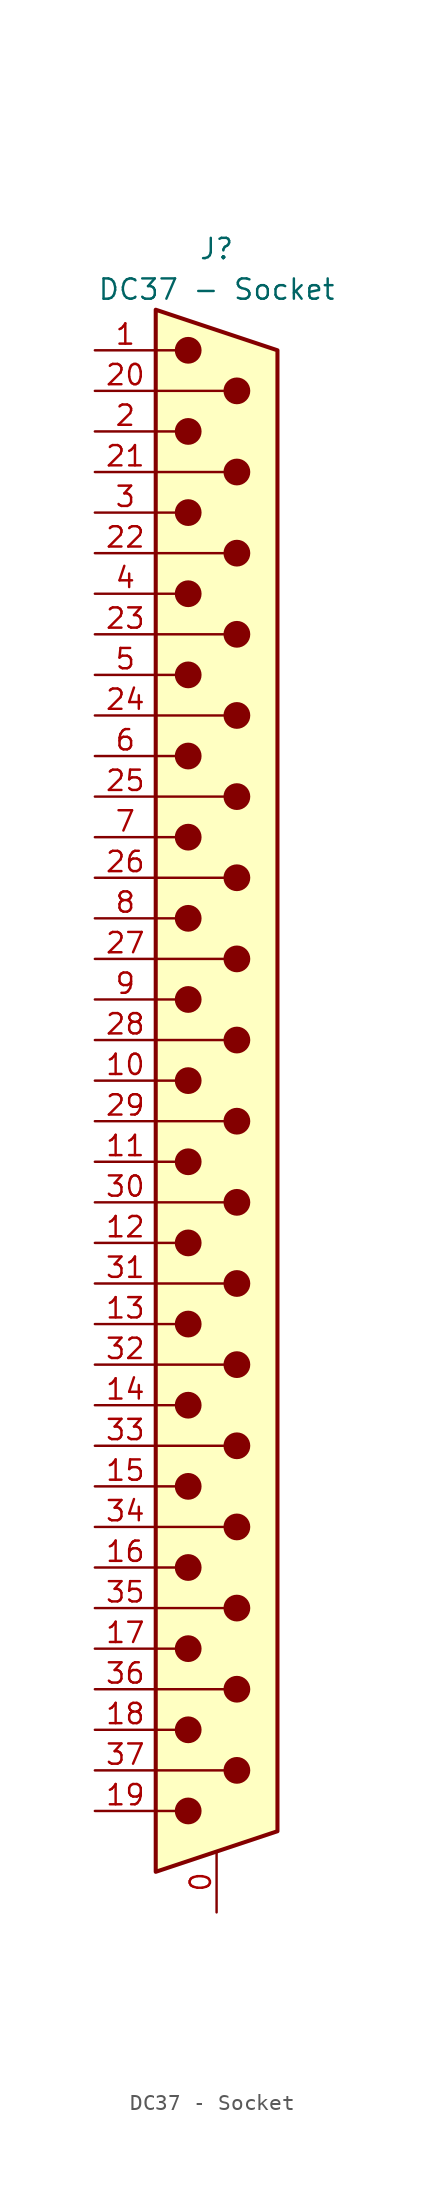
<source format=kicad_sym>
(kicad_symbol_lib
  (version 20211014)
  (generator kicad_symbol_editor)
  (symbol "DC37 - Socket"
    (pin_names
      (offset 1.016) hide)
    (property "Reference" "J"
      (at 0 54.61 0)
      (effects (font (size 1.27 1.27))))
    (property "Value" "DC37 - Socket"
      (at 0 52.07 0)
      (effects (font (size 1.27 1.27))))
    (symbol "DC37 - Socket_0_1"
      (circle (center -1.778 -43.18) (radius 0.762) (stroke (width 0) (type default) (color 0 0 0 0)) (fill (type outline)))
      (circle (center -1.778 -38.1) (radius 0.762) (stroke (width 0) (type default) (color 0 0 0 0)) (fill (type outline)))
      (circle (center -1.778 -33.02) (radius 0.762) (stroke (width 0) (type default) (color 0 0 0 0)) (fill (type outline)))
      (circle (center -1.778 -27.94) (radius 0.762) (stroke (width 0) (type default) (color 0 0 0 0)) (fill (type outline)))
      (circle (center -1.778 -22.86) (radius 0.762) (stroke (width 0) (type default) (color 0 0 0 0)) (fill (type outline)))
      (circle (center -1.778 -17.78) (radius 0.762) (stroke (width 0) (type default) (color 0 0 0 0)) (fill (type outline)))
      (circle (center -1.778 -12.7) (radius 0.762) (stroke (width 0) (type default) (color 0 0 0 0)) (fill (type outline)))
      (circle (center -1.778 -7.62) (radius 0.762) (stroke (width 0) (type default) (color 0 0 0 0)) (fill (type outline)))
      (circle (center -1.778 -2.54) (radius 0.762) (stroke (width 0) (type default) (color 0 0 0 0)) (fill (type outline)))
      (circle (center -1.778 2.54) (radius 0.762) (stroke (width 0) (type default) (color 0 0 0 0)) (fill (type outline)))
      (circle (center -1.778 7.62) (radius 0.762) (stroke (width 0) (type default) (color 0 0 0 0)) (fill (type outline)))
      (circle (center -1.778 12.7) (radius 0.762) (stroke (width 0) (type default) (color 0 0 0 0)) (fill (type outline)))
      (circle (center -1.778 17.78) (radius 0.762) (stroke (width 0) (type default) (color 0 0 0 0)) (fill (type outline)))
      (circle (center -1.778 22.86) (radius 0.762) (stroke (width 0) (type default) (color 0 0 0 0)) (fill (type outline)))
      (circle (center -1.778 27.94) (radius 0.762) (stroke (width 0) (type default) (color 0 0 0 0)) (fill (type outline)))
      (circle (center -1.778 33.02) (radius 0.762) (stroke (width 0) (type default) (color 0 0 0 0)) (fill (type outline)))
      (circle (center -1.778 38.1) (radius 0.762) (stroke (width 0) (type default) (color 0 0 0 0)) (fill (type outline)))
      (circle (center -1.778 43.18) (radius 0.762) (stroke (width 0) (type default) (color 0 0 0 0)) (fill (type outline)))
      (circle (center -1.778 48.26) (radius 0.762) (stroke (width 0) (type default) (color 0 0 0 0)) (fill (type outline)))
      (polyline (pts (xy -3.81 -43.18) (xy -1.27 -43.18)) (stroke (width 0) (type default) (color 0 0 0 0)) (fill (type none)))
      (polyline (pts (xy -3.81 -40.64) (xy 1.27 -40.64)) (stroke (width 0) (type default) (color 0 0 0 0)) (fill (type none)))
      (polyline (pts (xy -3.81 -38.1) (xy -1.27 -38.1)) (stroke (width 0) (type default) (color 0 0 0 0)) (fill (type none)))
      (polyline (pts (xy -3.81 -35.56) (xy 1.27 -35.56)) (stroke (width 0) (type default) (color 0 0 0 0)) (fill (type none)))
      (polyline (pts (xy -3.81 -33.02) (xy -1.27 -33.02)) (stroke (width 0) (type default) (color 0 0 0 0)) (fill (type none)))
      (polyline (pts (xy -3.81 -30.48) (xy 1.27 -30.48)) (stroke (width 0) (type default) (color 0 0 0 0)) (fill (type none)))
      (polyline (pts (xy -3.81 -27.94) (xy -1.27 -27.94)) (stroke (width 0) (type default) (color 0 0 0 0)) (fill (type none)))
      (polyline (pts (xy -3.81 -25.4) (xy 1.27 -25.4)) (stroke (width 0) (type default) (color 0 0 0 0)) (fill (type none)))
      (polyline (pts (xy -3.81 -22.86) (xy -1.27 -22.86)) (stroke (width 0) (type default) (color 0 0 0 0)) (fill (type none)))
      (polyline (pts (xy -3.81 -20.32) (xy 1.27 -20.32)) (stroke (width 0) (type default) (color 0 0 0 0)) (fill (type none)))
      (polyline (pts (xy -3.81 -17.78) (xy -1.27 -17.78)) (stroke (width 0) (type default) (color 0 0 0 0)) (fill (type none)))
      (polyline (pts (xy -3.81 -15.24) (xy 1.27 -15.24)) (stroke (width 0) (type default) (color 0 0 0 0)) (fill (type none)))
      (polyline (pts (xy -3.81 -12.7) (xy -1.27 -12.7)) (stroke (width 0) (type default) (color 0 0 0 0)) (fill (type none)))
      (polyline (pts (xy -3.81 -10.16) (xy 1.27 -10.16)) (stroke (width 0) (type default) (color 0 0 0 0)) (fill (type none)))
      (polyline (pts (xy -3.81 -7.62) (xy -1.27 -7.62)) (stroke (width 0) (type default) (color 0 0 0 0)) (fill (type none)))
      (polyline (pts (xy -3.81 -5.08) (xy 1.27 -5.08)) (stroke (width 0) (type default) (color 0 0 0 0)) (fill (type none)))
      (polyline (pts (xy -3.81 -2.54) (xy -1.27 -2.54)) (stroke (width 0) (type default) (color 0 0 0 0)) (fill (type none)))
      (polyline (pts (xy -3.81 0) (xy 1.27 0)) (stroke (width 0) (type default) (color 0 0 0 0)) (fill (type none)))
      (polyline (pts (xy -3.81 2.54) (xy -1.27 2.54)) (stroke (width 0) (type default) (color 0 0 0 0)) (fill (type none)))
      (polyline (pts (xy -3.81 5.08) (xy 1.27 5.08)) (stroke (width 0) (type default) (color 0 0 0 0)) (fill (type none)))
      (polyline (pts (xy -3.81 7.62) (xy -1.27 7.62)) (stroke (width 0) (type default) (color 0 0 0 0)) (fill (type none)))
      (polyline (pts (xy -3.81 10.16) (xy 1.27 10.16)) (stroke (width 0) (type default) (color 0 0 0 0)) (fill (type none)))
      (polyline (pts (xy -3.81 12.7) (xy -1.27 12.7)) (stroke (width 0) (type default) (color 0 0 0 0)) (fill (type none)))
      (polyline (pts (xy -3.81 15.24) (xy 1.27 15.24)) (stroke (width 0) (type default) (color 0 0 0 0)) (fill (type none)))
      (polyline (pts (xy -3.81 17.78) (xy -1.27 17.78)) (stroke (width 0) (type default) (color 0 0 0 0)) (fill (type none)))
      (polyline (pts (xy -3.81 20.32) (xy 1.27 20.32)) (stroke (width 0) (type default) (color 0 0 0 0)) (fill (type none)))
      (polyline (pts (xy -3.81 22.86) (xy -1.27 22.86)) (stroke (width 0) (type default) (color 0 0 0 0)) (fill (type none)))
      (polyline (pts (xy -3.81 25.4) (xy 1.27 25.4)) (stroke (width 0) (type default) (color 0 0 0 0)) (fill (type none)))
      (polyline (pts (xy -3.81 27.94) (xy -1.27 27.94)) (stroke (width 0) (type default) (color 0 0 0 0)) (fill (type none)))
      (polyline (pts (xy -3.81 30.48) (xy 1.27 30.48)) (stroke (width 0) (type default) (color 0 0 0 0)) (fill (type none)))
      (polyline (pts (xy -3.81 33.02) (xy -1.27 33.02)) (stroke (width 0) (type default) (color 0 0 0 0)) (fill (type none)))
      (polyline (pts (xy -3.81 35.56) (xy 1.27 35.56)) (stroke (width 0) (type default) (color 0 0 0 0)) (fill (type none)))
      (polyline (pts (xy -3.81 38.1) (xy -1.27 38.1)) (stroke (width 0) (type default) (color 0 0 0 0)) (fill (type none)))
      (polyline (pts (xy -3.81 40.64) (xy 1.27 40.64)) (stroke (width 0) (type default) (color 0 0 0 0)) (fill (type none)))
      (polyline (pts (xy -3.81 43.18) (xy -1.27 43.18)) (stroke (width 0) (type default) (color 0 0 0 0)) (fill (type none)))
      (polyline (pts (xy -3.81 45.72) (xy 1.27 45.72)) (stroke (width 0) (type default) (color 0 0 0 0)) (fill (type none)))
      (polyline (pts (xy -3.81 48.26) (xy -1.27 48.26)) (stroke (width 0) (type default) (color 0 0 0 0)) (fill (type none)))
      (polyline (pts (xy -3.81 50.8) (xy -3.81 -46.99) (xy 3.81 -44.45) (xy 3.81 48.26) (xy -3.81 50.8)) (stroke (width 0.254) (type default) (color 0 0 0 0)) (fill (type background)))
      (circle (center 1.27 -40.64) (radius 0.762) (stroke (width 0) (type default) (color 0 0 0 0)) (fill (type outline)))
      (circle (center 1.27 -35.56) (radius 0.762) (stroke (width 0) (type default) (color 0 0 0 0)) (fill (type outline)))
      (circle (center 1.27 -30.48) (radius 0.762) (stroke (width 0) (type default) (color 0 0 0 0)) (fill (type outline)))
      (circle (center 1.27 -25.4) (radius 0.762) (stroke (width 0) (type default) (color 0 0 0 0)) (fill (type outline)))
      (circle (center 1.27 -20.32) (radius 0.762) (stroke (width 0) (type default) (color 0 0 0 0)) (fill (type outline)))
      (circle (center 1.27 -15.24) (radius 0.762) (stroke (width 0) (type default) (color 0 0 0 0)) (fill (type outline)))
      (circle (center 1.27 -10.16) (radius 0.762) (stroke (width 0) (type default) (color 0 0 0 0)) (fill (type outline)))
      (circle (center 1.27 -5.08) (radius 0.762) (stroke (width 0) (type default) (color 0 0 0 0)) (fill (type outline)))
      (circle (center 1.27 0) (radius 0.762) (stroke (width 0) (type default) (color 0 0 0 0)) (fill (type outline)))
      (circle (center 1.27 5.08) (radius 0.762) (stroke (width 0) (type default) (color 0 0 0 0)) (fill (type outline)))
      (circle (center 1.27 10.16) (radius 0.762) (stroke (width 0) (type default) (color 0 0 0 0)) (fill (type outline)))
      (circle (center 1.27 15.24) (radius 0.762) (stroke (width 0) (type default) (color 0 0 0 0)) (fill (type outline)))
      (circle (center 1.27 20.32) (radius 0.762) (stroke (width 0) (type default) (color 0 0 0 0)) (fill (type outline)))
      (circle (center 1.27 25.4) (radius 0.762) (stroke (width 0) (type default) (color 0 0 0 0)) (fill (type outline)))
      (circle (center 1.27 30.48) (radius 0.762) (stroke (width 0) (type default) (color 0 0 0 0)) (fill (type outline)))
      (circle (center 1.27 35.56) (radius 0.762) (stroke (width 0) (type default) (color 0 0 0 0)) (fill (type outline)))
      (circle (center 1.27 40.64) (radius 0.762) (stroke (width 0) (type default) (color 0 0 0 0)) (fill (type outline)))
      (circle (center 1.27 45.72) (radius 0.762) (stroke (width 0) (type default) (color 0 0 0 0)) (fill (type outline))))
    (symbol "DC37 - Socket_1_1"
      (pin passive line (at 0 -49.53 90) (length 3.81) (name "0" (effects (font (size 1.27 1.27)))) (number "0" (effects (font (size 1.27 1.27)))))
      (pin passive line (at -7.62 48.26 0) (length 3.81) (name "1" (effects (font (size 1.27 1.27)))) (number "1" (effects (font (size 1.27 1.27)))))
      (pin passive line (at -7.62 2.54 0) (length 3.81) (name "10" (effects (font (size 1.27 1.27)))) (number "10" (effects (font (size 1.27 1.27)))))
      (pin passive line (at -7.62 -2.54 0) (length 3.81) (name "11" (effects (font (size 1.27 1.27)))) (number "11" (effects (font (size 1.27 1.27)))))
      (pin passive line (at -7.62 -7.62 0) (length 3.81) (name "12" (effects (font (size 1.27 1.27)))) (number "12" (effects (font (size 1.27 1.27)))))
      (pin passive line (at -7.62 -12.7 0) (length 3.81) (name "13" (effects (font (size 1.27 1.27)))) (number "13" (effects (font (size 1.27 1.27)))))
      (pin passive line (at -7.62 -17.78 0) (length 3.81) (name "14" (effects (font (size 1.27 1.27)))) (number "14" (effects (font (size 1.27 1.27)))))
      (pin passive line (at -7.62 -22.86 0) (length 3.81) (name "15" (effects (font (size 1.27 1.27)))) (number "15" (effects (font (size 1.27 1.27)))))
      (pin passive line (at -7.62 -27.94 0) (length 3.81) (name "16" (effects (font (size 1.27 1.27)))) (number "16" (effects (font (size 1.27 1.27)))))
      (pin passive line (at -7.62 -33.02 0) (length 3.81) (name "17" (effects (font (size 1.27 1.27)))) (number "17" (effects (font (size 1.27 1.27)))))
      (pin passive line (at -7.62 -38.1 0) (length 3.81) (name "18" (effects (font (size 1.27 1.27)))) (number "18" (effects (font (size 1.27 1.27)))))
      (pin passive line (at -7.62 -43.18 0) (length 3.81) (name "19" (effects (font (size 1.27 1.27)))) (number "19" (effects (font (size 1.27 1.27)))))
      (pin passive line (at -7.62 43.18 0) (length 3.81) (name "2" (effects (font (size 1.27 1.27)))) (number "2" (effects (font (size 1.27 1.27)))))
      (pin passive line (at -7.62 45.72 0) (length 3.81) (name "20" (effects (font (size 1.27 1.27)))) (number "20" (effects (font (size 1.27 1.27)))))
      (pin passive line (at -7.62 40.64 0) (length 3.81) (name "21" (effects (font (size 1.27 1.27)))) (number "21" (effects (font (size 1.27 1.27)))))
      (pin passive line (at -7.62 35.56 0) (length 3.81) (name "22" (effects (font (size 1.27 1.27)))) (number "22" (effects (font (size 1.27 1.27)))))
      (pin passive line (at -7.62 30.48 0) (length 3.81) (name "23" (effects (font (size 1.27 1.27)))) (number "23" (effects (font (size 1.27 1.27)))))
      (pin passive line (at -7.62 25.4 0) (length 3.81) (name "24" (effects (font (size 1.27 1.27)))) (number "24" (effects (font (size 1.27 1.27)))))
      (pin passive line (at -7.62 20.32 0) (length 3.81) (name "25" (effects (font (size 1.27 1.27)))) (number "25" (effects (font (size 1.27 1.27)))))
      (pin passive line (at -7.62 15.24 0) (length 3.81) (name "26" (effects (font (size 1.27 1.27)))) (number "26" (effects (font (size 1.27 1.27)))))
      (pin passive line (at -7.62 10.16 0) (length 3.81) (name "27" (effects (font (size 1.27 1.27)))) (number "27" (effects (font (size 1.27 1.27)))))
      (pin passive line (at -7.62 5.08 0) (length 3.81) (name "28" (effects (font (size 1.27 1.27)))) (number "28" (effects (font (size 1.27 1.27)))))
      (pin passive line (at -7.62 0 0) (length 3.81) (name "29" (effects (font (size 1.27 1.27)))) (number "29" (effects (font (size 1.27 1.27)))))
      (pin passive line (at -7.62 38.1 0) (length 3.81) (name "3" (effects (font (size 1.27 1.27)))) (number "3" (effects (font (size 1.27 1.27)))))
      (pin passive line (at -7.62 -5.08 0) (length 3.81) (name "30" (effects (font (size 1.27 1.27)))) (number "30" (effects (font (size 1.27 1.27)))))
      (pin passive line (at -7.62 -10.16 0) (length 3.81) (name "31" (effects (font (size 1.27 1.27)))) (number "31" (effects (font (size 1.27 1.27)))))
      (pin passive line (at -7.62 -15.24 0) (length 3.81) (name "32" (effects (font (size 1.27 1.27)))) (number "32" (effects (font (size 1.27 1.27)))))
      (pin passive line (at -7.62 -20.32 0) (length 3.81) (name "33" (effects (font (size 1.27 1.27)))) (number "33" (effects (font (size 1.27 1.27)))))
      (pin passive line (at -7.62 -25.4 0) (length 3.81) (name "34" (effects (font (size 1.27 1.27)))) (number "34" (effects (font (size 1.27 1.27)))))
      (pin passive line (at -7.62 -30.48 0) (length 3.81) (name "35" (effects (font (size 1.27 1.27)))) (number "35" (effects (font (size 1.27 1.27)))))
      (pin passive line (at -7.62 -35.56 0) (length 3.81) (name "36" (effects (font (size 1.27 1.27)))) (number "36" (effects (font (size 1.27 1.27)))))
      (pin passive line (at -7.62 -40.64 0) (length 3.81) (name "37" (effects (font (size 1.27 1.27)))) (number "37" (effects (font (size 1.27 1.27)))))
      (pin passive line (at -7.62 33.02 0) (length 3.81) (name "4" (effects (font (size 1.27 1.27)))) (number "4" (effects (font (size 1.27 1.27)))))
      (pin passive line (at -7.62 27.94 0) (length 3.81) (name "5" (effects (font (size 1.27 1.27)))) (number "5" (effects (font (size 1.27 1.27)))))
      (pin passive line (at -7.62 22.86 0) (length 3.81) (name "6" (effects (font (size 1.27 1.27)))) (number "6" (effects (font (size 1.27 1.27)))))
      (pin passive line (at -7.62 17.78 0) (length 3.81) (name "7" (effects (font (size 1.27 1.27)))) (number "7" (effects (font (size 1.27 1.27)))))
      (pin passive line (at -7.62 12.7 0) (length 3.81) (name "8" (effects (font (size 1.27 1.27)))) (number "8" (effects (font (size 1.27 1.27)))))
      (pin passive line (at -7.62 7.62 0) (length 3.81) (name "9" (effects (font (size 1.27 1.27)))) (number "9" (effects (font (size 1.27 1.27))))))))
</source>
